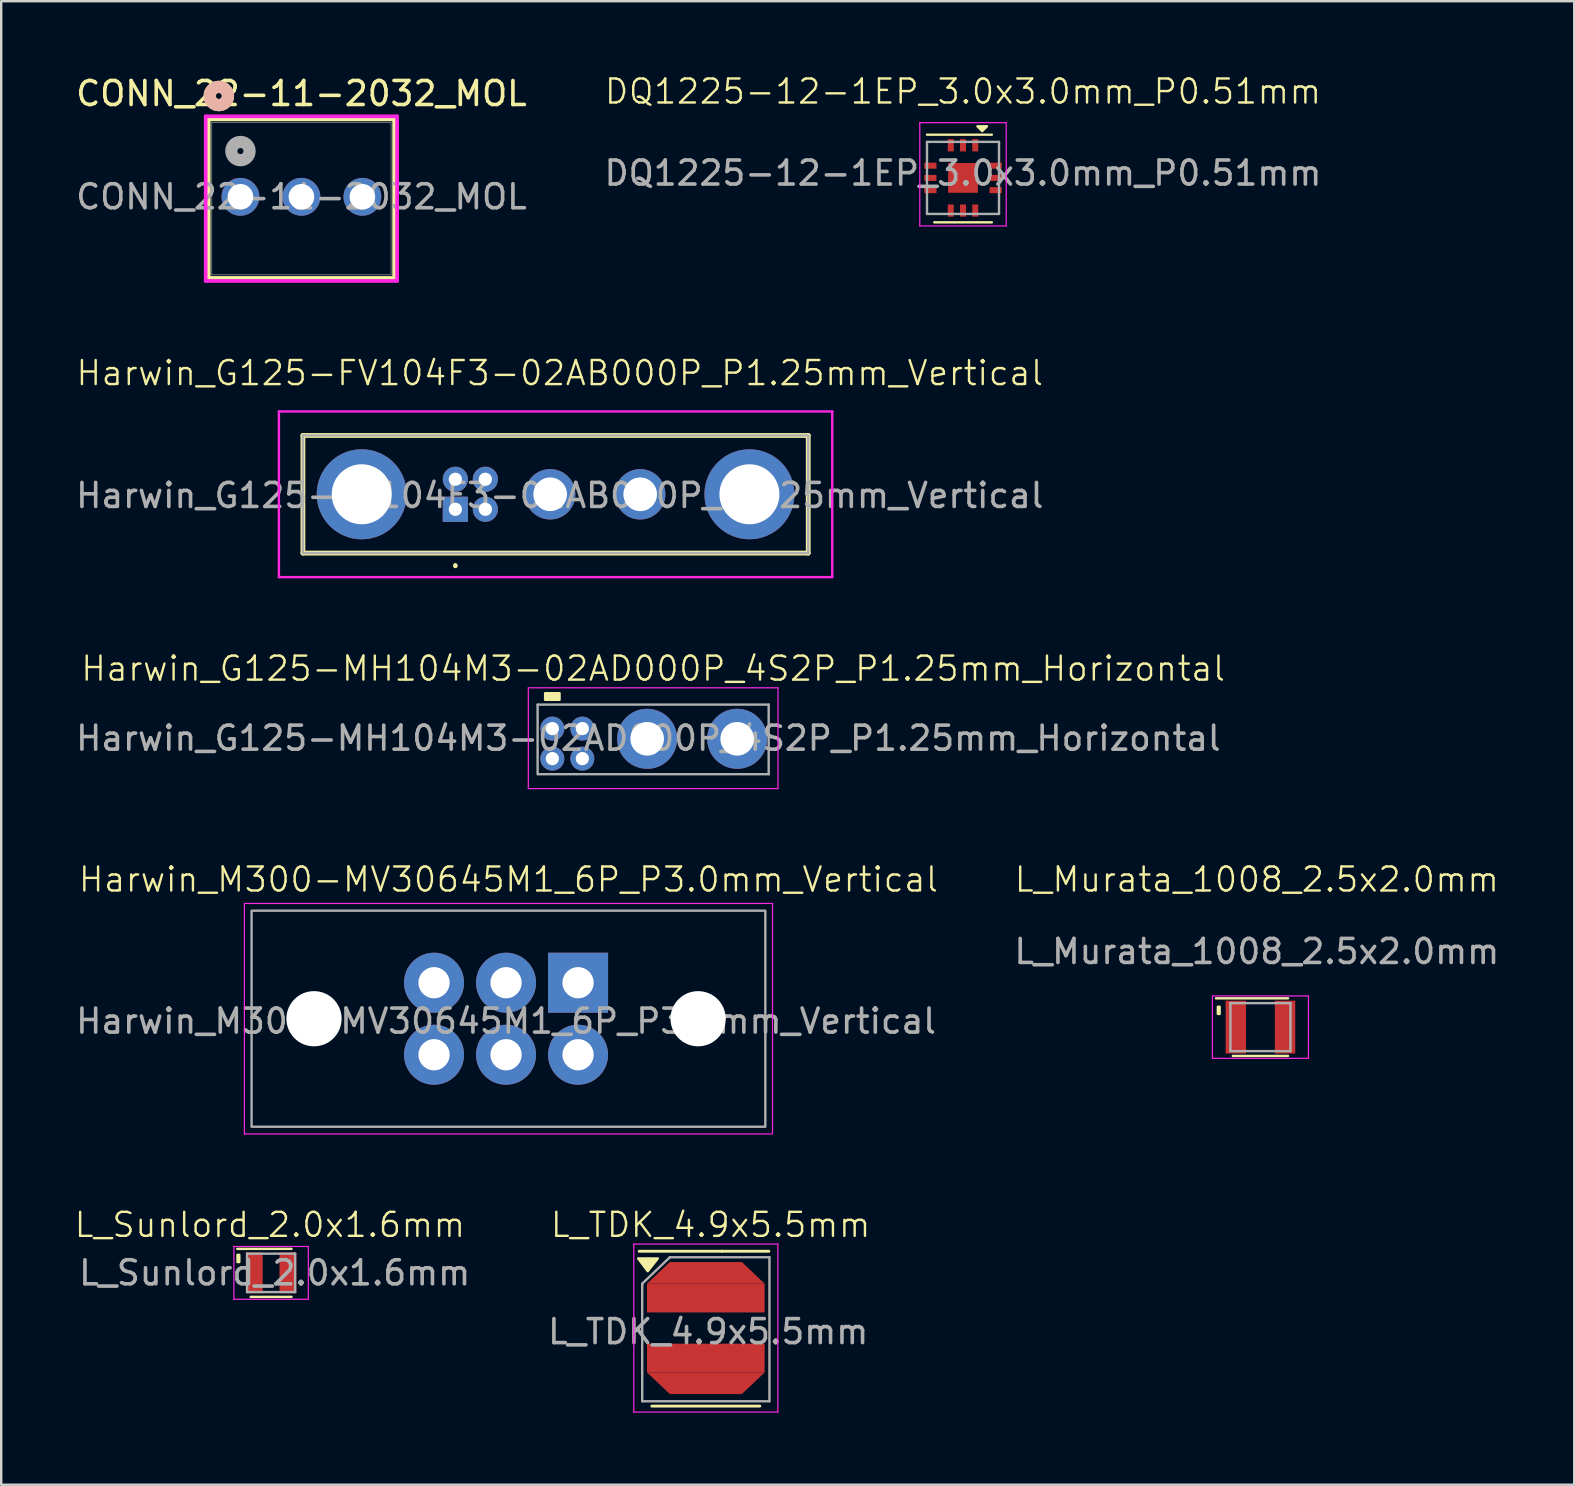
<source format=kicad_pcb>
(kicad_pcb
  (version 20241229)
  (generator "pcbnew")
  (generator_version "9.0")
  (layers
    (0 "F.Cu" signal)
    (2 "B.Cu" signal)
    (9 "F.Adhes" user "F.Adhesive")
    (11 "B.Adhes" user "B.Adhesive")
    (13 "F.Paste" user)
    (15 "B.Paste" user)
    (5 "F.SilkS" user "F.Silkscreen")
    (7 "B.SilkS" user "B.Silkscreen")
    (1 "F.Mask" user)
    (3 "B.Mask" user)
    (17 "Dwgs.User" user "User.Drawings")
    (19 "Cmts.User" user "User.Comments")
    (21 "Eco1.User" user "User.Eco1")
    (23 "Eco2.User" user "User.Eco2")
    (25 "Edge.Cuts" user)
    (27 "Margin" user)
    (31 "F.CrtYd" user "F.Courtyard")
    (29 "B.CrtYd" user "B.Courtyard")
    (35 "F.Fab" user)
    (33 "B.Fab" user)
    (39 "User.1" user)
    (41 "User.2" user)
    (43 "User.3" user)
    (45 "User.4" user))
  (footprint "Harwin_G125-FV104F3-02AB000P_P1.25mm_Vertical"
    (layer "F.Cu")
    (at 20.268 16.79)
    (property "Reference" "Harwin_G125-FV104F3-02AB000P_P1.25mm_Vertical" (at 0 -4.3 0) (unlocked yes) (layer "F.SilkS") (effects (font (size 1 1) (thickness 0.1))))
    (attr smd)
    (fp_line (start -10.7 -1.7) (end -10.7 3.2) (stroke (width 0.2) (type solid)) (layer "F.SilkS"))
    (fp_line (start -10.7 3.2) (end 10.35 3.2) (stroke (width 0.2) (type solid)) (layer "F.SilkS"))
    (fp_line (start -4.35 3.675) (end -4.35 3.675) (stroke (width 0.1) (type solid)) (layer "F.SilkS"))
    (fp_line (start -4.35 3.775) (end -4.35 3.775) (stroke (width 0.1) (type solid)) (layer "F.SilkS"))
    (fp_line (start 10.35 -1.7) (end -10.7 -1.7) (stroke (width 0.2) (type solid)) (layer "F.SilkS"))
    (fp_line (start 10.35 3.2) (end 10.35 -1.7) (stroke (width 0.2) (type solid)) (layer "F.SilkS"))
    (fp_arc (start -4.35 3.675) (mid -4.3 3.725) (end -4.35 3.775) (stroke (width 0.1) (type solid)) (layer "F.SilkS"))
    (fp_arc (start -4.35 3.775) (mid -4.4 3.725) (end -4.35 3.675) (stroke (width 0.1) (type solid)) (layer "F.SilkS"))
    (fp_line (start -11.7 -2.7) (end 11.35 -2.7) (stroke (width 0.1) (type solid)) (layer "F.CrtYd"))
    (fp_line (start -11.7 4.2) (end -11.7 -2.7) (stroke (width 0.1) (type solid)) (layer "F.CrtYd"))
    (fp_line (start 11.35 -2.7) (end 11.35 4.2) (stroke (width 0.1) (type solid)) (layer "F.CrtYd"))
    (fp_line (start 11.35 4.2) (end -11.7 4.2) (stroke (width 0.1) (type solid)) (layer "F.CrtYd"))
    (fp_line (start -10.7 -1.7) (end -10.7 3.2) (stroke (width 0.1) (type solid)) (layer "F.Fab"))
    (fp_line (start -10.7 3.2) (end 10.35 3.2) (stroke (width 0.1) (type solid)) (layer "F.Fab"))
    (fp_line (start 10.35 -1.7) (end -10.7 -1.7) (stroke (width 0.1) (type solid)) (layer "F.Fab"))
    (fp_line (start 10.35 3.2) (end 10.35 -1.7) (stroke (width 0.1) (type solid)) (layer "F.Fab"))
    (fp_text user "${REFERENCE}" (at 0 0.8 0) (unlocked yes) (layer "F.Fab") (effects (font (size 1 1) (thickness 0.15))))
    (pad "1" thru_hole rect (at -4.35 1.375) (size 1.05 1.05) (drill 0.55) (layers "*.Cu" "*.Mask"))
    (pad "2" thru_hole circle (at -3.1 1.375) (size 1.05 1.05) (drill 0.55) (layers "*.Cu" "*.Mask"))
    (pad "3" thru_hole circle (at -4.35 0.125) (size 1.05 1.05) (drill 0.55) (layers "*.Cu" "*.Mask"))
    (pad "4" thru_hole circle (at -3.1 0.125) (size 1.05 1.05) (drill 0.55) (layers "*.Cu" "*.Mask"))
    (pad "5" thru_hole circle (at -0.4 0.75) (size 2.1 2.1) (drill 1.4) (layers "*.Cu" "*.Mask"))
    (pad "6" thru_hole circle (at 3.35 0.75) (size 2.1 2.1) (drill 1.4) (layers "*.Cu" "*.Mask"))
    (pad "MH1" thru_hole circle (at -8.25 0.75) (size 3.75 3.75) (drill 2.5) (layers "*.Cu" "*.Mask"))
    (pad "MH2" thru_hole circle (at 7.9 0.75) (size 3.75 3.75) (drill 2.5) (layers "*.Cu" "*.Mask")))
  (footprint "L_TDK_4.9x5.5mm"
    (layer "F.Cu")
    (at 26.352 52.272)
    (property "Reference" "L_TDK_4.9x5.5mm" (at 0.2 -4.3 0) (unlocked yes) (layer "F.SilkS") (effects (font (size 1 1) (thickness 0.1))))
    (attr smd)
    (fp_line (start 0.675 -3.2) (end -2.775 -3.2) (stroke (width 0.12) (type solid)) (layer "F.SilkS"))
    (fp_line (start 0.675 -3.2) (end 2.625 -3.2) (stroke (width 0.12) (type solid)) (layer "F.SilkS"))
    (fp_line (start 2.25 3.25) (end -2.25 3.25) (stroke (width 0.12) (type solid)) (layer "F.SilkS"))
    (fp_poly (pts (xy -2.82 -2.9) (xy -2 -2.9) (xy -2.42 -2.37)) (stroke (width 0.1) (type solid)) (fill yes) (layer "F.SilkS"))
    (fp_line (start -3 -3.5) (end 3 -3.5) (stroke (width 0.05) (type default)) (layer "F.CrtYd"))
    (fp_line (start -3 3.5) (end -3 -3.5) (stroke (width 0.05) (type default)) (layer "F.CrtYd"))
    (fp_line (start 3 -3.5) (end 3 3.5) (stroke (width 0.05) (type default)) (layer "F.CrtYd"))
    (fp_line (start 3 3.5) (end -3 3.5) (stroke (width 0.05) (type default)) (layer "F.CrtYd"))
    (fp_line (start -2.65 3.05) (end -2.65 -1.85) (stroke (width 0.1) (type default)) (layer "F.Fab"))
    (fp_line (start -1.5 -2.95) (end -2.65 -1.85) (stroke (width 0.1) (type default)) (layer "F.Fab"))
    (fp_line (start -1.5 -2.95) (end 2.65 -2.95) (stroke (width 0.1) (type default)) (layer "F.Fab"))
    (fp_line (start 2.65 -2.95) (end 2.65 3.05) (stroke (width 0.1) (type default)) (layer "F.Fab"))
    (fp_line (start 2.65 3.05) (end -2.65 3.05) (stroke (width 0.1) (type default)) (layer "F.Fab"))
    (fp_text user "${REFERENCE}" (at 0.1 0.15 0) (unlocked yes) (layer "F.Fab") (effects (font (size 1 1) (thickness 0.15))))
    (pad "1" smd trapezoid (at 0 -2.3) (size 3.95 0.9) (rect_delta 0 0.95) (layers "F.Cu" "F.Mask" "F.Paste"))
    (pad "1" smd rect (at 0 -1.25) (size 4.9 1.2) (layers "F.Cu" "F.Mask" "F.Paste"))
    (pad "2" smd rect (at 0 1.25 180) (size 4.9 1.2) (layers "F.Cu" "F.Mask" "F.Paste"))
    (pad "2" smd trapezoid (at 0 2.3 180) (size 3.95 0.9) (rect_delta 0 0.95) (layers "F.Cu" "F.Mask" "F.Paste")))
  (footprint "DQ1225-12-1EP_3.0x3.0mm_P0.51mm"
    (layer "F.Cu")
    (at 37.065 4.361)
    (property "Reference" "DQ1225-12-1EP_3.0x3.0mm_P0.51mm" (at 0 -3.6 0) (unlocked yes) (layer "F.SilkS") (effects (font (size 1 1) (thickness 0.1))))
    (attr smd)
    (fp_line (start 1.2 -1.8) (end -1.5 -1.8) (stroke (width 0.1) (type default)) (layer "F.SilkS"))
    (fp_line (start 1.2 1.85) (end -1.2 1.85) (stroke (width 0.1) (type default)) (layer "F.SilkS"))
    (fp_poly (pts (xy 0.6 -2.15) (xy 1 -2.15) (xy 0.8 -1.95)) (stroke (width 0.1) (type solid)) (fill yes) (layer "F.SilkS"))
    (fp_line (start -1.8 -2.3) (end -1.8 2) (stroke (width 0.05) (type default)) (layer "F.CrtYd"))
    (fp_line (start -1.8 2) (end 1.8 2) (stroke (width 0.05) (type default)) (layer "F.CrtYd"))
    (fp_line (start 1.8 -2.3) (end -1.8 -2.3) (stroke (width 0.05) (type default)) (layer "F.CrtYd"))
    (fp_line (start 1.8 2) (end 1.8 -2.3) (stroke (width 0.05) (type default)) (layer "F.CrtYd"))
    (fp_line (start -1.5 -1.5) (end -1.5 1.5) (stroke (width 0.1) (type default)) (layer "F.Fab"))
    (fp_line (start -1.5 1.5) (end 1.5 1.5) (stroke (width 0.1) (type default)) (layer "F.Fab"))
    (fp_line (start 1.5 -1.5) (end -1.5 -1.5) (stroke (width 0.1) (type default)) (layer "F.Fab"))
    (fp_line (start 1.5 1.5) (end 1.5 -1.5) (stroke (width 0.1) (type default)) (layer "F.Fab"))
    (fp_text user "${REFERENCE}" (at 0 -0.2 0) (unlocked yes) (layer "F.Fab") (effects (font (size 1 1) (thickness 0.15))))
    (pad "1" smd rect (at 0.51 -1.36) (size 0.25 0.51) (layers "F.Cu" "F.Mask" "F.Paste"))
    (pad "2" smd rect (at 0 -1.36) (size 0.25 0.51) (layers "F.Cu" "F.Mask" "F.Paste"))
    (pad "3" smd rect (at -0.51 -1.36) (size 0.25 0.51) (layers "F.Cu" "F.Mask" "F.Paste"))
    (pad "4" smd rect (at -1.36 -0.51 90) (size 0.25 0.51) (layers "F.Cu" "F.Mask" "F.Paste"))
    (pad "5" smd rect (at -1.36 0 90) (size 0.25 0.51) (layers "F.Cu" "F.Mask" "F.Paste"))
    (pad "6" smd rect (at -1.36 0.51 90) (size 0.25 0.51) (layers "F.Cu" "F.Mask" "F.Paste"))
    (pad "7" smd rect (at -0.51 1.36) (size 0.25 0.51) (layers "F.Cu" "F.Mask" "F.Paste"))
    (pad "8" smd rect (at 0 1.36) (size 0.25 0.51) (layers "F.Cu" "F.Mask" "F.Paste"))
    (pad "9" smd rect (at 0.51 1.36) (size 0.25 0.51) (layers "F.Cu" "F.Mask" "F.Paste"))
    (pad "10" smd rect (at 1.36 0.51 90) (size 0.25 0.51) (layers "F.Cu" "F.Mask" "F.Paste"))
    (pad "11" smd rect (at 1.36 0 90) (size 0.25 0.51) (layers "F.Cu" "F.Mask" "F.Paste"))
    (pad "12" smd rect (at 1.36 -0.51 90) (size 0.25 0.51) (layers "F.Cu" "F.Mask" "F.Paste"))
    (pad "13" smd rect (at 0 0) (size 1.24 1.24) (layers "F.Cu" "F.Mask" "F.Paste")))
  (footprint "CONN_22-11-2032_MOL"
    (layer "F.Cu")
    (at 6.966 5.148)
    (property "Reference" "CONN_22-11-2032_MOL" (at 2.54 -4.3 0) (unlocked yes) (layer "F.SilkS") (effects (font (size 1 1) (thickness 0.15))))
    (attr through_hole)
    (fp_line (start -1.321 -3.226) (end -1.321 3.378) (stroke (width 0.152) (type solid)) (layer "F.SilkS"))
    (fp_line (start -1.321 3.378) (end 6.401 3.378) (stroke (width 0.152) (type solid)) (layer "F.SilkS"))
    (fp_line (start 6.401 -3.226) (end -1.321 -3.226) (stroke (width 0.152) (type solid)) (layer "F.SilkS"))
    (fp_line (start 6.401 3.378) (end 6.401 -3.226) (stroke (width 0.152) (type solid)) (layer "F.SilkS"))
    (fp_circle (center -0.9 -4.2) (end -0.519 -4.2) (stroke (width 0.508) (type solid)) (fill no) (layer "F.SilkS"))
    (fp_circle (center -0.9 -4.2) (end -0.519 -4.2) (stroke (width 0.508) (type solid)) (fill no) (layer "B.SilkS"))
    (fp_line (start -1.448 -3.353) (end -1.448 3.505) (stroke (width 0.152) (type solid)) (layer "F.CrtYd"))
    (fp_line (start -1.448 3.505) (end 6.528 3.505) (stroke (width 0.152) (type solid)) (layer "F.CrtYd"))
    (fp_line (start 6.528 -3.353) (end -1.448 -3.353) (stroke (width 0.152) (type solid)) (layer "F.CrtYd"))
    (fp_line (start 6.528 3.505) (end 6.528 -3.353) (stroke (width 0.152) (type solid)) (layer "F.CrtYd"))
    (fp_line (start -1.194 -3.099) (end -1.194 3.251) (stroke (width 0.025) (type solid)) (layer "F.Fab"))
    (fp_line (start -1.194 3.251) (end 6.274 3.251) (stroke (width 0.025) (type solid)) (layer "F.Fab"))
    (fp_line (start 6.274 -3.099) (end -1.194 -3.099) (stroke (width 0.025) (type solid)) (layer "F.Fab"))
    (fp_line (start 6.274 3.251) (end 6.274 -3.099) (stroke (width 0.025) (type solid)) (layer "F.Fab"))
    (fp_circle (center 0 -1.905) (end 0.381 -1.905) (stroke (width 0.508) (type solid)) (fill no) (layer "F.Fab"))
    (fp_text user "${REFERENCE}" (at 2.54 0 0) (unlocked yes) (layer "F.Fab") (effects (font (size 1 1) (thickness 0.15))))
    (pad "1" thru_hole circle (at 0 0) (size 1.575 1.575) (drill 1.067) (layers "*.Cu" "*.Mask"))
    (pad "2" thru_hole circle (at 2.54 0) (size 1.575 1.575) (drill 1.067) (layers "*.Cu" "*.Mask"))
    (pad "3" thru_hole circle (at 5.08 0) (size 1.575 1.575) (drill 1.067) (layers "*.Cu" "*.Mask")))
  (footprint "Harwin_G125-MH104M3-02AD000P_4S2P_P1.25mm_Horizontal"
    (layer "F.Cu")
    (at 24.058 27.301)
    (property "Reference" "Harwin_G125-MH104M3-02AD000P_4S2P_P1.25mm_Horizontal" (at 0.1 -2.5 0) (unlocked yes) (layer "F.SilkS") (effects (font (size 1 1) (thickness 0.1))))
    (attr through_hole)
    (fp_rect (start -4.4 -1.475) (end -3.8 -1.2) (stroke (width 0.1) (type solid)) (fill yes) (layer "F.SilkS"))
    (fp_line (start -5.1 -1.7) (end -5.1 2.5) (stroke (width 0.05) (type default)) (layer "F.CrtYd"))
    (fp_line (start -5.1 2.5) (end 5.3 2.5) (stroke (width 0.05) (type default)) (layer "F.CrtYd"))
    (fp_line (start 5.3 -1.7) (end -5.1 -1.7) (stroke (width 0.05) (type default)) (layer "F.CrtYd"))
    (fp_line (start 5.3 2.5) (end 5.3 -1.7) (stroke (width 0.05) (type default)) (layer "F.CrtYd"))
    (fp_line (start -4.713 -1) (end 4.912 -1) (stroke (width 0.1) (type default)) (layer "F.Fab"))
    (fp_line (start -4.713 1.9) (end -4.713 -1) (stroke (width 0.1) (type default)) (layer "F.Fab"))
    (fp_line (start -4.688 1.9) (end 4.912 1.9) (stroke (width 0.1) (type default)) (layer "F.Fab"))
    (fp_line (start 4.912 1.9) (end 4.912 -1) (stroke (width 0.1) (type default)) (layer "F.Fab"))
    (fp_text user "${REFERENCE}" (at -0.1 0.4 0) (unlocked yes) (layer "F.Fab") (effects (font (size 1 1) (thickness 0.15))))
    (pad "1" thru_hole circle (at -4.1 0) (size 1 1) (drill 0.55) (layers "*.Cu" "*.Mask"))
    (pad "2" thru_hole circle (at -2.85 0) (size 1 1) (drill 0.55) (layers "*.Cu" "*.Mask"))
    (pad "3" thru_hole circle (at -4.1 1.25) (size 1 1) (drill 0.55) (layers "*.Cu" "*.Mask"))
    (pad "4" thru_hole circle (at -2.85 1.25) (size 1 1) (drill 0.55) (layers "*.Cu" "*.Mask"))
    (pad "5" thru_hole circle (at -0.15 0.425) (size 2.5 2.5) (drill 1.4) (layers "*.Cu" "*.Mask"))
    (pad "6" thru_hole circle (at 3.6 0.425) (size 2.5 2.5) (drill 1.4) (layers "*.Cu" "*.Mask")))
  (footprint "Harwin_M300-MV30645M1_6P_P3.0mm_Vertical"
    (layer "F.Cu")
    (at 18.13 39.386)
    (property "Reference" "Harwin_M300-MV30645M1_6P_P3.0mm_Vertical" (at 0 -5.8 0) (unlocked yes) (layer "F.SilkS") (effects (font (size 1 1) (thickness 0.1))))
    (attr through_hole)
    (fp_line (start -11 -4.8) (end 11 -4.8) (stroke (width 0.05) (type default)) (layer "F.CrtYd"))
    (fp_line (start -11 4.8) (end -11 -4.8) (stroke (width 0.05) (type default)) (layer "F.CrtYd"))
    (fp_line (start 11 -4.8) (end 11 4.75) (stroke (width 0.05) (type default)) (layer "F.CrtYd"))
    (fp_line (start 11 4.8) (end -11 4.8) (stroke (width 0.05) (type default)) (layer "F.CrtYd"))
    (fp_line (start -10.7 -4.5) (end -10.7 4.5) (stroke (width 0.1) (type default)) (layer "F.Fab"))
    (fp_line (start 10.65 -4.5) (end -10.65 -4.5) (stroke (width 0.1) (type default)) (layer "F.Fab"))
    (fp_line (start 10.65 4.5) (end -10.65 4.5) (stroke (width 0.1) (type default)) (layer "F.Fab"))
    (fp_line (start 10.7 -4.5) (end 10.7 4.5) (stroke (width 0.1) (type default)) (layer "F.Fab"))
    (fp_text user "${REFERENCE}" (at -0.1 0.1 0) (unlocked yes) (layer "F.Fab") (effects (font (size 1 1) (thickness 0.15))))
    (pad "" np_thru_hole circle (at -8.1 0) (size 2.3 2.3) (drill 2.3) (layers "*.Cu" "*.Mask"))
    (pad "" np_thru_hole circle (at 7.9 0) (size 2.3 2.3) (drill 2.3) (layers "*.Cu" "*.Mask"))
    (pad "1" thru_hole rect (at 2.9 -1.5) (size 2.5 2.5) (drill 1.3) (layers "*.Cu" "*.Mask"))
    (pad "2" thru_hole circle (at -0.1 -1.5) (size 2.5 2.5) (drill 1.3) (layers "*.Cu" "*.Mask"))
    (pad "3" thru_hole circle (at -3.1 -1.5) (size 2.5 2.5) (drill 1.3) (layers "*.Cu" "*.Mask"))
    (pad "4" thru_hole circle (at 2.9 1.5) (size 2.5 2.5) (drill 1.3) (layers "*.Cu" "*.Mask"))
    (pad "5" thru_hole circle (at -0.1 1.5) (size 2.5 2.5) (drill 1.3) (layers "*.Cu" "*.Mask"))
    (pad "6" thru_hole circle (at -3.1 1.5) (size 2.5 2.5) (drill 1.3) (layers "*.Cu" "*.Mask")))
  (footprint "L_Murata_1008_2.5x2.0mm"
    (layer "F.Cu")
    (at 49.305 34.086)
    (property "Reference" "L_Murata_1008_2.5x2.0mm" (at 0 -0.5 0) (unlocked yes) (layer "F.SilkS") (effects (font (size 1 1) (thickness 0.1))))
    (attr smd)
    (fp_line (start -1.7 4.45) (end 1.3 4.45) (stroke (width 0.1) (type solid)) (layer "F.SilkS"))
    (fp_line (start 1.3 6.85) (end -1 6.85) (stroke (width 0.1) (type solid)) (layer "F.SilkS"))
    (fp_rect (start -1.625 4.8) (end -1.55 5.1) (stroke (width 0.1) (type solid)) (fill yes) (layer "F.SilkS"))
    (fp_line (start -1.85 4.35) (end 2.15 4.35) (stroke (width 0.05) (type solid)) (layer "F.CrtYd"))
    (fp_line (start -1.85 6.95) (end -1.85 4.35) (stroke (width 0.05) (type solid)) (layer "F.CrtYd"))
    (fp_line (start 2.15 4.35) (end 2.15 6.95) (stroke (width 0.05) (type solid)) (layer "F.CrtYd"))
    (fp_line (start 2.15 6.95) (end -1.85 6.95) (stroke (width 0.05) (type solid)) (layer "F.CrtYd"))
    (fp_line (start -1.1 4.65) (end 1.4 4.65) (stroke (width 0.1) (type solid)) (layer "F.Fab"))
    (fp_line (start -1.1 6.65) (end -1.1 4.65) (stroke (width 0.1) (type solid)) (layer "F.Fab"))
    (fp_line (start 1.4 4.65) (end 1.4 6.65) (stroke (width 0.1) (type solid)) (layer "F.Fab"))
    (fp_line (start 1.4 6.65) (end -1.1 6.65) (stroke (width 0.1) (type solid)) (layer "F.Fab"))
    (fp_text user "${REFERENCE}" (at 0 2.5 0) (unlocked yes) (layer "F.Fab") (effects (font (size 1 1) (thickness 0.15))))
    (pad "1" smd rect (at -0.875 5.65) (size 0.85 2.2) (layers "F.Cu" "F.Mask" "F.Paste"))
    (pad "2" smd rect (at 1.175 5.65) (size 0.85 2.2) (layers "F.Cu" "F.Mask" "F.Paste")))
  (footprint "L_Sunlord_2.0x1.6mm"
    (layer "F.Cu")
    (at 8.193 49.972)
    (property "Reference" "L_Sunlord_2.0x1.6mm" (at 0 -2 0) (unlocked yes) (layer "F.SilkS") (effects (font (size 1 1) (thickness 0.1))))
    (attr smd)
    (fp_line (start -1.36 -1) (end 0.9 -1) (stroke (width 0.1) (type solid)) (layer "F.SilkS"))
    (fp_line (start 0.9 1) (end -0.8 1) (stroke (width 0.1) (type solid)) (layer "F.SilkS"))
    (fp_rect (start -1.35 -0.75) (end -1.275 -0.45) (stroke (width 0.1) (type solid)) (fill yes) (layer "F.SilkS"))
    (fp_line (start -1.5 -1.1) (end 1.6 -1.1) (stroke (width 0.05) (type solid)) (layer "F.CrtYd"))
    (fp_line (start -1.5 1.1) (end -1.5 -1.1) (stroke (width 0.05) (type solid)) (layer "F.CrtYd"))
    (fp_line (start 1.6 -1.1) (end 1.6 1.1) (stroke (width 0.05) (type solid)) (layer "F.CrtYd"))
    (fp_line (start 1.6 1.1) (end -1.5 1.1) (stroke (width 0.05) (type solid)) (layer "F.CrtYd"))
    (fp_line (start -0.95 -0.8) (end 1.05 -0.8) (stroke (width 0.1) (type solid)) (layer "F.Fab"))
    (fp_line (start -0.95 0.8) (end -0.95 -0.8) (stroke (width 0.1) (type solid)) (layer "F.Fab"))
    (fp_line (start 1.05 -0.8) (end 1.05 0.8) (stroke (width 0.1) (type solid)) (layer "F.Fab"))
    (fp_line (start 1.05 0.8) (end -0.95 0.8) (stroke (width 0.1) (type solid)) (layer "F.Fab"))
    (fp_text user "${REFERENCE}" (at 0.2 0 0) (unlocked yes) (layer "F.Fab") (effects (font (size 1 1) (thickness 0.15))))
    (pad "1" smd rect (at -0.65 0) (size 0.7 1.7) (layers "F.Cu" "F.Mask" "F.Paste"))
    (pad "2" smd rect (at 0.75 0) (size 0.7 1.7) (layers "F.Cu" "F.Mask" "F.Paste")))
  (gr_rect
    (start -3 -3)
    (end 62.525 58.797)
    (stroke (width 0.1) (type default))
    (fill no)
    (layer "Edge.Cuts")))
</source>
